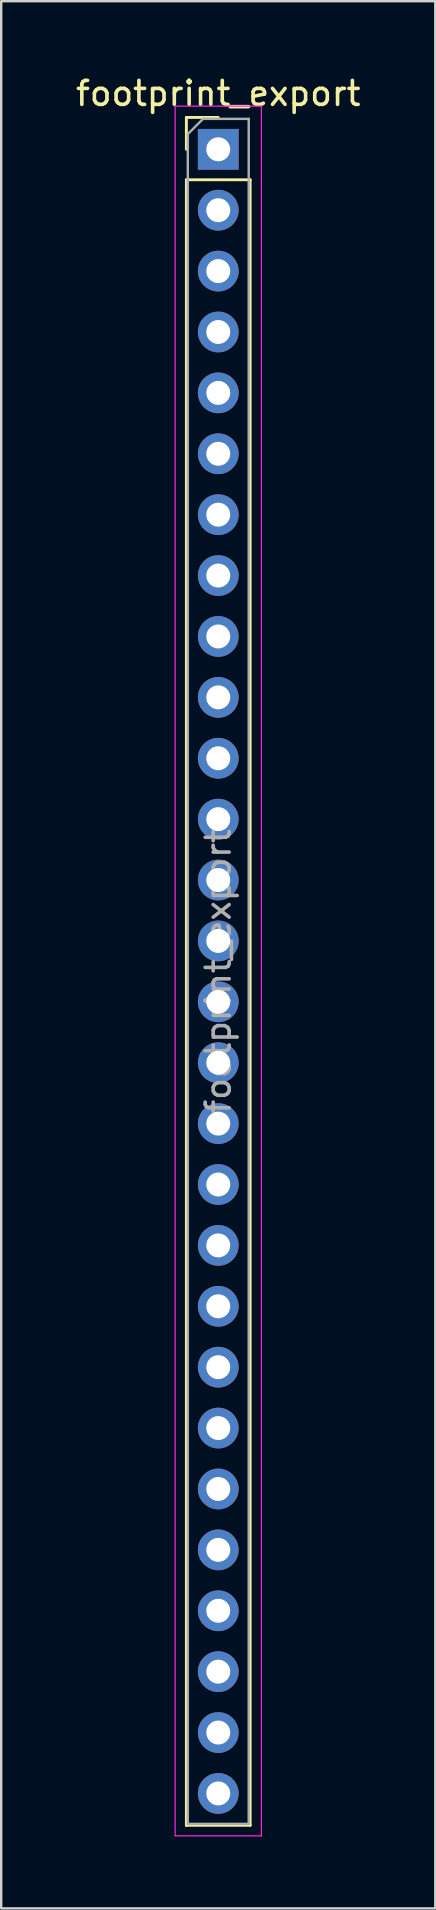
<source format=kicad_pcb>
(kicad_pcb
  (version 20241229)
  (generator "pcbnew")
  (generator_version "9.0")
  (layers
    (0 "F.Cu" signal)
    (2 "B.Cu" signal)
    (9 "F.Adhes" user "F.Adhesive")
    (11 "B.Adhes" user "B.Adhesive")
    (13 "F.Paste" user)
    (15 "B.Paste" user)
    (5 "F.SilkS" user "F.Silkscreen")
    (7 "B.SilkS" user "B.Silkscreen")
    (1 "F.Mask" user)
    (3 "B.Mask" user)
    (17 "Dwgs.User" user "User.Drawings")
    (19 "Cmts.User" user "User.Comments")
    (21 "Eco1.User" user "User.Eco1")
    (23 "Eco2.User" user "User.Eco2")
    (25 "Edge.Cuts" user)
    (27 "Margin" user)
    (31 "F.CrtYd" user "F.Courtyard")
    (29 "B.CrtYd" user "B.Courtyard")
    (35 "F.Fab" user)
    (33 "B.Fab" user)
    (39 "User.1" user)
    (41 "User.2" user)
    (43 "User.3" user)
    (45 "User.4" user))
  (footprint "footprint_export"
    (layer "F.Cu")
    (at 6.054 3.178)
    (property "Reference" "footprint_export" (at 0 -2.33 0) (layer "F.SilkS") (effects (font (size 1 1) (thickness 0.15))))
    (attr through_hole)
    (fp_line (start -1.33 -1.33) (end 0 -1.33) (stroke (width 0.12) (type solid)) (layer "F.SilkS"))
    (fp_line (start -1.33 0) (end -1.33 -1.33) (stroke (width 0.12) (type solid)) (layer "F.SilkS"))
    (fp_line (start -1.33 1.27) (end -1.33 69.91) (stroke (width 0.12) (type solid)) (layer "F.SilkS"))
    (fp_line (start -1.33 1.27) (end 1.33 1.27) (stroke (width 0.12) (type solid)) (layer "F.SilkS"))
    (fp_line (start -1.33 69.91) (end 1.33 69.91) (stroke (width 0.12) (type solid)) (layer "F.SilkS"))
    (fp_line (start 1.33 1.27) (end 1.33 69.91) (stroke (width 0.12) (type solid)) (layer "F.SilkS"))
    (fp_line (start -1.8 -1.8) (end -1.8 70.35) (stroke (width 0.05) (type solid)) (layer "F.CrtYd"))
    (fp_line (start -1.8 70.35) (end 1.8 70.35) (stroke (width 0.05) (type solid)) (layer "F.CrtYd"))
    (fp_line (start 1.8 -1.8) (end -1.8 -1.8) (stroke (width 0.05) (type solid)) (layer "F.CrtYd"))
    (fp_line (start 1.8 70.35) (end 1.8 -1.8) (stroke (width 0.05) (type solid)) (layer "F.CrtYd"))
    (fp_line (start -1.27 -0.635) (end -0.635 -1.27) (stroke (width 0.1) (type solid)) (layer "F.Fab"))
    (fp_line (start -1.27 69.85) (end -1.27 -0.635) (stroke (width 0.1) (type solid)) (layer "F.Fab"))
    (fp_line (start -0.635 -1.27) (end 1.27 -1.27) (stroke (width 0.1) (type solid)) (layer "F.Fab"))
    (fp_line (start 1.27 -1.27) (end 1.27 69.85) (stroke (width 0.1) (type solid)) (layer "F.Fab"))
    (fp_line (start 1.27 69.85) (end -1.27 69.85) (stroke (width 0.1) (type solid)) (layer "F.Fab"))
    (fp_text user "${REFERENCE}" (at 0 34.29 90) (layer "F.Fab") (effects (font (size 1 1) (thickness 0.15))))
    (pad "1" thru_hole rect (at 0 0) (size 1.7 1.7) (drill 1) (layers "*.Cu" "*.Mask"))
    (pad "2" thru_hole oval (at 0 2.54) (size 1.7 1.7) (drill 1) (layers "*.Cu" "*.Mask"))
    (pad "3" thru_hole oval (at 0 5.08) (size 1.7 1.7) (drill 1) (layers "*.Cu" "*.Mask"))
    (pad "4" thru_hole oval (at 0 7.62) (size 1.7 1.7) (drill 1) (layers "*.Cu" "*.Mask"))
    (pad "5" thru_hole oval (at 0 10.16) (size 1.7 1.7) (drill 1) (layers "*.Cu" "*.Mask"))
    (pad "6" thru_hole oval (at 0 12.7) (size 1.7 1.7) (drill 1) (layers "*.Cu" "*.Mask"))
    (pad "7" thru_hole oval (at 0 15.24) (size 1.7 1.7) (drill 1) (layers "*.Cu" "*.Mask"))
    (pad "8" thru_hole oval (at 0 17.78) (size 1.7 1.7) (drill 1) (layers "*.Cu" "*.Mask"))
    (pad "9" thru_hole oval (at 0 20.32) (size 1.7 1.7) (drill 1) (layers "*.Cu" "*.Mask"))
    (pad "10" thru_hole oval (at 0 22.86) (size 1.7 1.7) (drill 1) (layers "*.Cu" "*.Mask"))
    (pad "11" thru_hole oval (at 0 25.4) (size 1.7 1.7) (drill 1) (layers "*.Cu" "*.Mask"))
    (pad "12" thru_hole oval (at 0 27.94) (size 1.7 1.7) (drill 1) (layers "*.Cu" "*.Mask"))
    (pad "13" thru_hole oval (at 0 30.48) (size 1.7 1.7) (drill 1) (layers "*.Cu" "*.Mask"))
    (pad "14" thru_hole oval (at 0 33.02) (size 1.7 1.7) (drill 1) (layers "*.Cu" "*.Mask"))
    (pad "15" thru_hole oval (at 0 35.56) (size 1.7 1.7) (drill 1) (layers "*.Cu" "*.Mask"))
    (pad "16" thru_hole oval (at 0 38.1) (size 1.7 1.7) (drill 1) (layers "*.Cu" "*.Mask"))
    (pad "17" thru_hole oval (at 0 40.64) (size 1.7 1.7) (drill 1) (layers "*.Cu" "*.Mask"))
    (pad "18" thru_hole oval (at 0 43.18) (size 1.7 1.7) (drill 1) (layers "*.Cu" "*.Mask"))
    (pad "19" thru_hole oval (at 0 45.72) (size 1.7 1.7) (drill 1) (layers "*.Cu" "*.Mask"))
    (pad "20" thru_hole oval (at 0 48.26) (size 1.7 1.7) (drill 1) (layers "*.Cu" "*.Mask"))
    (pad "21" thru_hole oval (at 0 50.8) (size 1.7 1.7) (drill 1) (layers "*.Cu" "*.Mask"))
    (pad "22" thru_hole oval (at 0 53.34) (size 1.7 1.7) (drill 1) (layers "*.Cu" "*.Mask"))
    (pad "23" thru_hole oval (at 0 55.88) (size 1.7 1.7) (drill 1) (layers "*.Cu" "*.Mask"))
    (pad "24" thru_hole oval (at 0 58.42) (size 1.7 1.7) (drill 1) (layers "*.Cu" "*.Mask"))
    (pad "25" thru_hole oval (at 0 60.96) (size 1.7 1.7) (drill 1) (layers "*.Cu" "*.Mask"))
    (pad "26" thru_hole oval (at 0 63.5) (size 1.7 1.7) (drill 1) (layers "*.Cu" "*.Mask"))
    (pad "27" thru_hole oval (at 0 66.04) (size 1.7 1.7) (drill 1) (layers "*.Cu" "*.Mask"))
    (pad "28" thru_hole oval (at 0 68.58) (size 1.7 1.7) (drill 1) (layers "*.Cu" "*.Mask")))
  (gr_rect
    (start -3 -3)
    (end 15.107 76.553)
    (stroke (width 0.1) (type default))
    (fill no)
    (layer "Edge.Cuts")))
</source>
